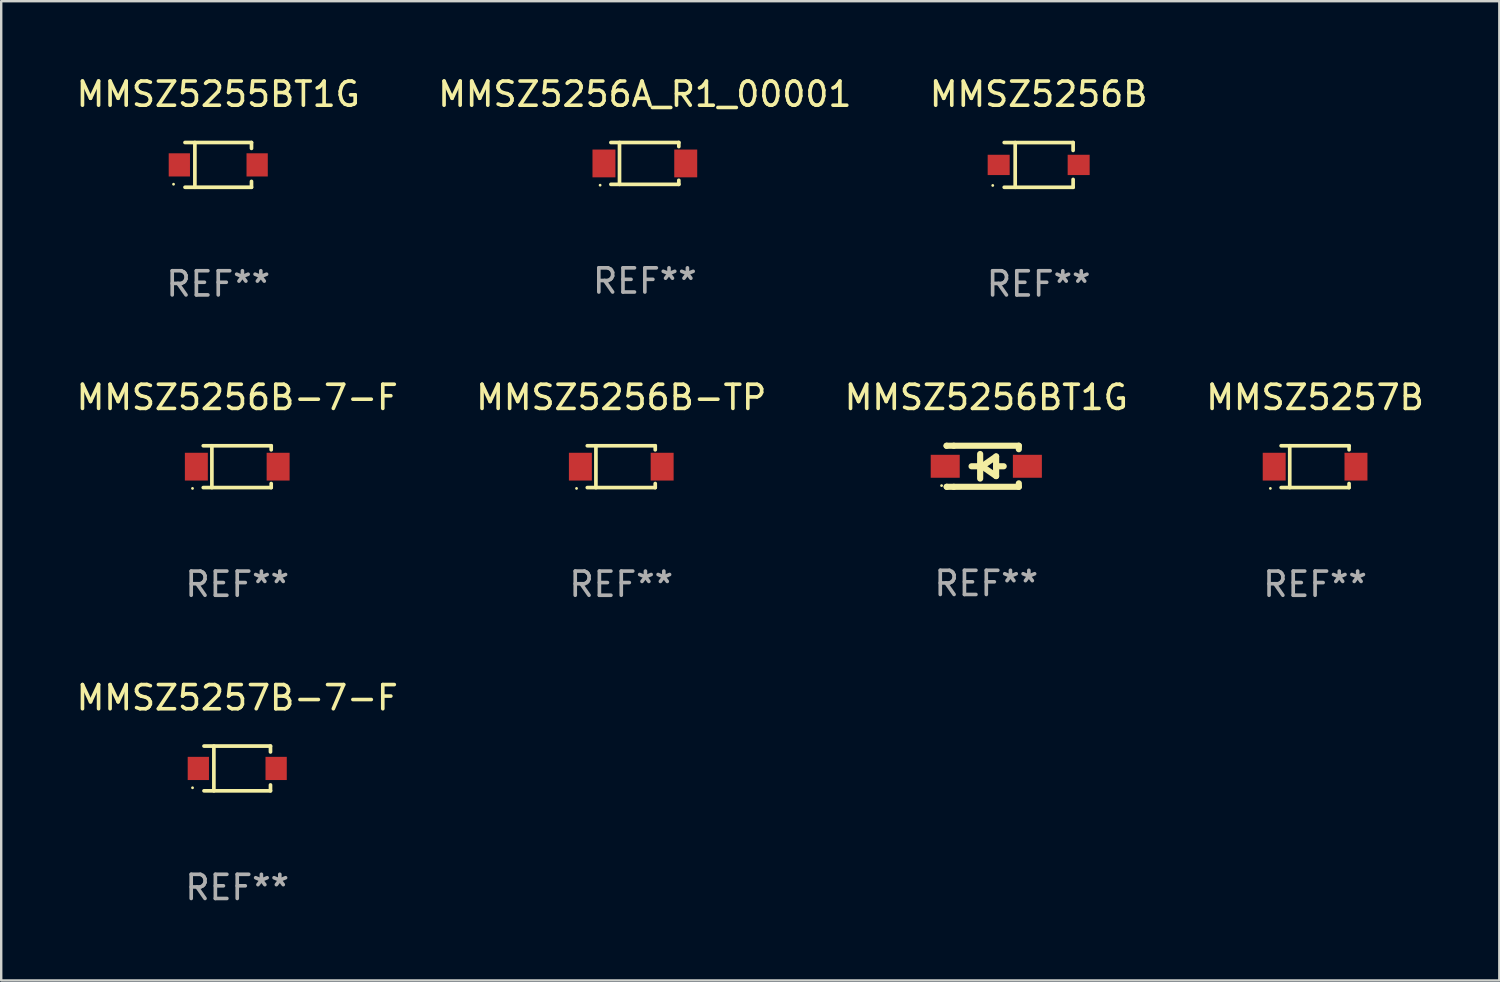
<source format=kicad_pcb>
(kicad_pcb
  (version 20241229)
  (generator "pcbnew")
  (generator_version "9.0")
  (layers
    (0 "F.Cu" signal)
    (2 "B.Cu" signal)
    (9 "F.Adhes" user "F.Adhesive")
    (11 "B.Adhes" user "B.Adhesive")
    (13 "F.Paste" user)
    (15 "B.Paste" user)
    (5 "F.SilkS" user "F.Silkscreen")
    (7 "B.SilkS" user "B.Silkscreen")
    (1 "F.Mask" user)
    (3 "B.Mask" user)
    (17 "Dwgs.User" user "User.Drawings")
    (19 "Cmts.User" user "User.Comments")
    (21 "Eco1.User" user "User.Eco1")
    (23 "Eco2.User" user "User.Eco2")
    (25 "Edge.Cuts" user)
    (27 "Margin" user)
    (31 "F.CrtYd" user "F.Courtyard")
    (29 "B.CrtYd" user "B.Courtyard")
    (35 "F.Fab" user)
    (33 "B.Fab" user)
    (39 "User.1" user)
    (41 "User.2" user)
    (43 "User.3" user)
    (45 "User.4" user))
  (footprint "MMSZ5256A_R1_00001"
    (layer "F.Cu")
    (at 23.637 3.714)
    (property "Reference" "MMSZ5256A_R1_00001" (at 0 -2.866 0) (layer "F.SilkS") (effects (font (size 1 1) (thickness 0.15))))
    (attr through_hole)
    (fp_line (start -1.406 -0.866) (end 1.406 -0.866) (stroke (width 0.152) (type solid)) (layer "F.SilkS"))
    (fp_line (start -1.406 0.866) (end 1.406 0.866) (stroke (width 0.152) (type solid)) (layer "F.SilkS"))
    (fp_line (start -1.049 -0.866) (end -1.049 0.866) (stroke (width 0.152) (type solid)) (layer "F.SilkS"))
    (fp_line (start 1.406 -0.866) (end 1.406 -0.698) (stroke (width 0.152) (type solid)) (layer "F.SilkS"))
    (fp_line (start 1.406 0.866) (end 1.406 0.698) (stroke (width 0.152) (type solid)) (layer "F.SilkS"))
    (fp_circle (center -1.851 0.9) (end -1.821 0.9) (stroke (width 0.06) (type solid)) (fill no) (layer "F.SilkS"))
    (fp_text user "REF**" (at 0 4.866 0) (layer "F.Fab") (effects (font (size 1 1) (thickness 0.15))))
    (pad "1" smd rect (at -1.692 0) (size 0.95 1.15) (layers "F.Cu" "F.Mask" "F.Paste"))
    (pad "2" smd rect (at 1.692 0) (size 0.95 1.15) (layers "F.Cu" "F.Mask" "F.Paste")))
  (footprint "MMSZ5256BT1G"
    (layer "F.Cu")
    (at 37.768 16.247)
    (property "Reference" "MMSZ5256BT1G" (at 0 -2.85 0) (layer "F.SilkS") (effects (font (size 1 1) (thickness 0.15))))
    (attr through_hole)
    (fp_line (start -1.643 -0.85) (end -1.644 -0.849) (stroke (width 0.254) (type solid)) (layer "F.SilkS"))
    (fp_line (start -1.638 0.85) (end -1.639 0.849) (stroke (width 0.254) (type solid)) (layer "F.SilkS"))
    (fp_line (start -1.346 -0.85) (end -1.643 -0.85) (stroke (width 0.254) (type solid)) (layer "F.SilkS"))
    (fp_line (start -1.346 -0.85) (end 1.346 -0.85) (stroke (width 0.254) (type solid)) (layer "F.SilkS"))
    (fp_line (start -1.346 0.85) (end -1.638 0.85) (stroke (width 0.254) (type solid)) (layer "F.SilkS"))
    (fp_line (start -0.28 0) (end -0.61 0) (stroke (width 0.254) (type solid)) (layer "F.SilkS"))
    (fp_line (start -0.254 -0.508) (end -0.254 0.508) (stroke (width 0.254) (type solid)) (layer "F.SilkS"))
    (fp_line (start -0.178 0) (end 0.406 -0.406) (stroke (width 0.254) (type solid)) (layer "F.SilkS"))
    (fp_line (start 0.406 -0.406) (end 0.406 0.406) (stroke (width 0.254) (type solid)) (layer "F.SilkS"))
    (fp_line (start 0.406 -0.000254) (end 0.72 -0.000254) (stroke (width 0.254) (type solid)) (layer "F.SilkS"))
    (fp_line (start 0.406 0.406) (end -0.178 0) (stroke (width 0.254) (type solid)) (layer "F.SilkS"))
    (fp_line (start 1.346 -0.85) (end 1.346 -0.706) (stroke (width 0.254) (type solid)) (layer "F.SilkS"))
    (fp_line (start 1.346 0.706) (end 1.346 0.85) (stroke (width 0.254) (type solid)) (layer "F.SilkS"))
    (fp_line (start 1.346 0.85) (end -1.346 0.85) (stroke (width 0.254) (type solid)) (layer "F.SilkS"))
    (fp_circle (center -1.85 0.8) (end -1.82 0.8) (stroke (width 0.06) (type solid)) (fill no) (layer "F.SilkS"))
    (fp_text user "REF**" (at 0 4.85 0) (layer "F.Fab") (effects (font (size 1 1) (thickness 0.15))))
    (pad "1" smd rect (at -1.7 0) (size 1.2 0.95) (layers "F.Cu" "F.Mask" "F.Paste"))
    (pad "2" smd rect (at 1.7 0) (size 1.2 0.95) (layers "F.Cu" "F.Mask" "F.Paste")))
  (footprint "MMSZ5256B-7-F"
    (layer "F.Cu")
    (at 6.768 16.263)
    (property "Reference" "MMSZ5256B-7-F" (at 0 -2.866 0) (layer "F.SilkS") (effects (font (size 1 1) (thickness 0.15))))
    (attr through_hole)
    (fp_line (start -1.406 -0.866) (end 1.406 -0.866) (stroke (width 0.152) (type solid)) (layer "F.SilkS"))
    (fp_line (start -1.406 0.866) (end 1.406 0.866) (stroke (width 0.152) (type solid)) (layer "F.SilkS"))
    (fp_line (start -1.049 -0.866) (end -1.049 0.866) (stroke (width 0.152) (type solid)) (layer "F.SilkS"))
    (fp_line (start 1.406 -0.866) (end 1.406 -0.698) (stroke (width 0.152) (type solid)) (layer "F.SilkS"))
    (fp_line (start 1.406 0.866) (end 1.406 0.698) (stroke (width 0.152) (type solid)) (layer "F.SilkS"))
    (fp_circle (center -1.851 0.9) (end -1.821 0.9) (stroke (width 0.06) (type solid)) (fill no) (layer "F.SilkS"))
    (fp_text user "REF**" (at 0 4.866 0) (layer "F.Fab") (effects (font (size 1 1) (thickness 0.15))))
    (pad "1" smd rect (at -1.692 0) (size 0.95 1.15) (layers "F.Cu" "F.Mask" "F.Paste"))
    (pad "2" smd rect (at 1.692 0) (size 0.95 1.15) (layers "F.Cu" "F.Mask" "F.Paste")))
  (footprint "MMSZ5257B"
    (layer "F.Cu")
    (at 51.375 16.263)
    (property "Reference" "MMSZ5257B" (at 0 -2.866 0) (layer "F.SilkS") (effects (font (size 1 1) (thickness 0.15))))
    (attr through_hole)
    (fp_line (start -1.406 -0.866) (end 1.406 -0.866) (stroke (width 0.152) (type solid)) (layer "F.SilkS"))
    (fp_line (start -1.406 0.866) (end 1.406 0.866) (stroke (width 0.152) (type solid)) (layer "F.SilkS"))
    (fp_line (start -1.049 -0.866) (end -1.049 0.866) (stroke (width 0.152) (type solid)) (layer "F.SilkS"))
    (fp_line (start 1.406 -0.866) (end 1.406 -0.698) (stroke (width 0.152) (type solid)) (layer "F.SilkS"))
    (fp_line (start 1.406 0.866) (end 1.406 0.698) (stroke (width 0.152) (type solid)) (layer "F.SilkS"))
    (fp_circle (center -1.851 0.9) (end -1.821 0.9) (stroke (width 0.06) (type solid)) (fill no) (layer "F.SilkS"))
    (fp_text user "REF**" (at 0 4.866 0) (layer "F.Fab") (effects (font (size 1 1) (thickness 0.15))))
    (pad "1" smd rect (at -1.692 0) (size 0.95 1.15) (layers "F.Cu" "F.Mask" "F.Paste"))
    (pad "2" smd rect (at 1.692 0) (size 0.95 1.15) (layers "F.Cu" "F.Mask" "F.Paste")))
  (footprint "MMSZ5257B-7-F"
    (layer "F.Cu")
    (at 6.768 28.752)
    (property "Reference" "MMSZ5257B-7-F" (at 0 -2.926 0) (layer "F.SilkS") (effects (font (size 1 1) (thickness 0.15))))
    (attr through_hole)
    (fp_line (start -1.376 -0.926) (end 1.376 -0.926) (stroke (width 0.152) (type solid)) (layer "F.SilkS"))
    (fp_line (start -1.376 0.926) (end 1.376 0.926) (stroke (width 0.152) (type solid)) (layer "F.SilkS"))
    (fp_line (start -0.967 -0.926) (end -0.967 0.926) (stroke (width 0.152) (type solid)) (layer "F.SilkS"))
    (fp_line (start 1.376 -0.926) (end 1.376 -0.683) (stroke (width 0.152) (type solid)) (layer "F.SilkS"))
    (fp_line (start 1.376 0.926) (end 1.376 0.683) (stroke (width 0.152) (type solid)) (layer "F.SilkS"))
    (fp_circle (center -1.85 0.8) (end -1.82 0.8) (stroke (width 0.06) (type solid)) (fill no) (layer "F.SilkS"))
    (fp_text user "REF**" (at 0 4.926 0) (layer "F.Fab") (effects (font (size 1 1) (thickness 0.15))))
    (pad "1" smd rect (at -1.61 0) (size 0.88 0.96) (layers "F.Cu" "F.Mask" "F.Paste"))
    (pad "2" smd rect (at 1.61 0) (size 0.88 0.96) (layers "F.Cu" "F.Mask" "F.Paste")))
  (footprint "MMSZ5255BT1G"
    (layer "F.Cu")
    (at 5.982 3.774)
    (property "Reference" "MMSZ5255BT1G" (at 0 -2.926 0) (layer "F.SilkS") (effects (font (size 1 1) (thickness 0.15))))
    (attr through_hole)
    (fp_line (start -1.376 -0.926) (end 1.376 -0.926) (stroke (width 0.152) (type solid)) (layer "F.SilkS"))
    (fp_line (start -1.376 0.926) (end 1.376 0.926) (stroke (width 0.152) (type solid)) (layer "F.SilkS"))
    (fp_line (start -0.967 -0.926) (end -0.967 0.926) (stroke (width 0.152) (type solid)) (layer "F.SilkS"))
    (fp_line (start 1.376 -0.926) (end 1.376 -0.683) (stroke (width 0.152) (type solid)) (layer "F.SilkS"))
    (fp_line (start 1.376 0.926) (end 1.376 0.683) (stroke (width 0.152) (type solid)) (layer "F.SilkS"))
    (fp_circle (center -1.85 0.8) (end -1.82 0.8) (stroke (width 0.06) (type solid)) (fill no) (layer "F.SilkS"))
    (fp_text user "REF**" (at 0 4.926 0) (layer "F.Fab") (effects (font (size 1 1) (thickness 0.15))))
    (pad "1" smd rect (at -1.61 0) (size 0.88 0.96) (layers "F.Cu" "F.Mask" "F.Paste"))
    (pad "2" smd rect (at 1.61 0) (size 0.88 0.96) (layers "F.Cu" "F.Mask" "F.Paste")))
  (footprint "MMSZ5256B-TP"
    (layer "F.Cu")
    (at 22.661 16.263)
    (property "Reference" "MMSZ5256B-TP" (at 0 -2.866 0) (layer "F.SilkS") (effects (font (size 1 1) (thickness 0.15))))
    (attr through_hole)
    (fp_line (start -1.406 -0.866) (end 1.406 -0.866) (stroke (width 0.152) (type solid)) (layer "F.SilkS"))
    (fp_line (start -1.406 0.866) (end 1.406 0.866) (stroke (width 0.152) (type solid)) (layer "F.SilkS"))
    (fp_line (start -1.049 -0.866) (end -1.049 0.866) (stroke (width 0.152) (type solid)) (layer "F.SilkS"))
    (fp_line (start 1.406 -0.866) (end 1.406 -0.698) (stroke (width 0.152) (type solid)) (layer "F.SilkS"))
    (fp_line (start 1.406 0.866) (end 1.406 0.698) (stroke (width 0.152) (type solid)) (layer "F.SilkS"))
    (fp_circle (center -1.851 0.9) (end -1.821 0.9) (stroke (width 0.06) (type solid)) (fill no) (layer "F.SilkS"))
    (fp_text user "REF**" (at 0 4.866 0) (layer "F.Fab") (effects (font (size 1 1) (thickness 0.15))))
    (pad "1" smd rect (at -1.692 0) (size 0.95 1.15) (layers "F.Cu" "F.Mask" "F.Paste"))
    (pad "2" smd rect (at 1.692 0) (size 0.95 1.15) (layers "F.Cu" "F.Mask" "F.Paste")))
  (footprint "MMSZ5256B"
    (layer "F.Cu")
    (at 39.935 3.775)
    (property "Reference" "MMSZ5256B" (at 0 -2.926 0) (layer "F.SilkS") (effects (font (size 1 1) (thickness 0.15))))
    (attr through_hole)
    (fp_line (start -1.426 0.926) (end 1.426 0.926) (stroke (width 0.152) (type solid)) (layer "F.SilkS"))
    (fp_line (start -1.426 -0.926) (end 1.426 -0.926) (stroke (width 0.152) (type solid)) (layer "F.SilkS"))
    (fp_line (start -0.971 0.926) (end -0.971 -0.926) (stroke (width 0.152) (type solid)) (layer "F.SilkS"))
    (fp_line (start 1.426 -0.926) (end 1.426 -0.6) (stroke (width 0.152) (type solid)) (layer "F.SilkS"))
    (fp_line (start 1.426 0.6) (end 1.426 0.926) (stroke (width 0.152) (type solid)) (layer "F.SilkS"))
    (fp_circle (center -1.9 0.85) (end -1.87 0.85) (stroke (width 0.06) (type solid)) (fill no) (layer "F.SilkS"))
    (fp_text user "REF**" (at 0 4.926 0) (layer "F.Fab") (effects (font (size 1 1) (thickness 0.15))))
    (pad "1" smd rect (at -1.655 -0.000064) (size 0.91 0.84) (layers "F.Cu" "F.Mask" "F.Paste"))
    (pad "2" smd rect (at 1.655 -0.000064) (size 0.91 0.84) (layers "F.Cu" "F.Mask" "F.Paste")))
  (gr_rect
    (start -3 -3)
    (end 59 37.527)
    (stroke (width 0.1) (type default))
    (fill no)
    (layer "Edge.Cuts")))
</source>
